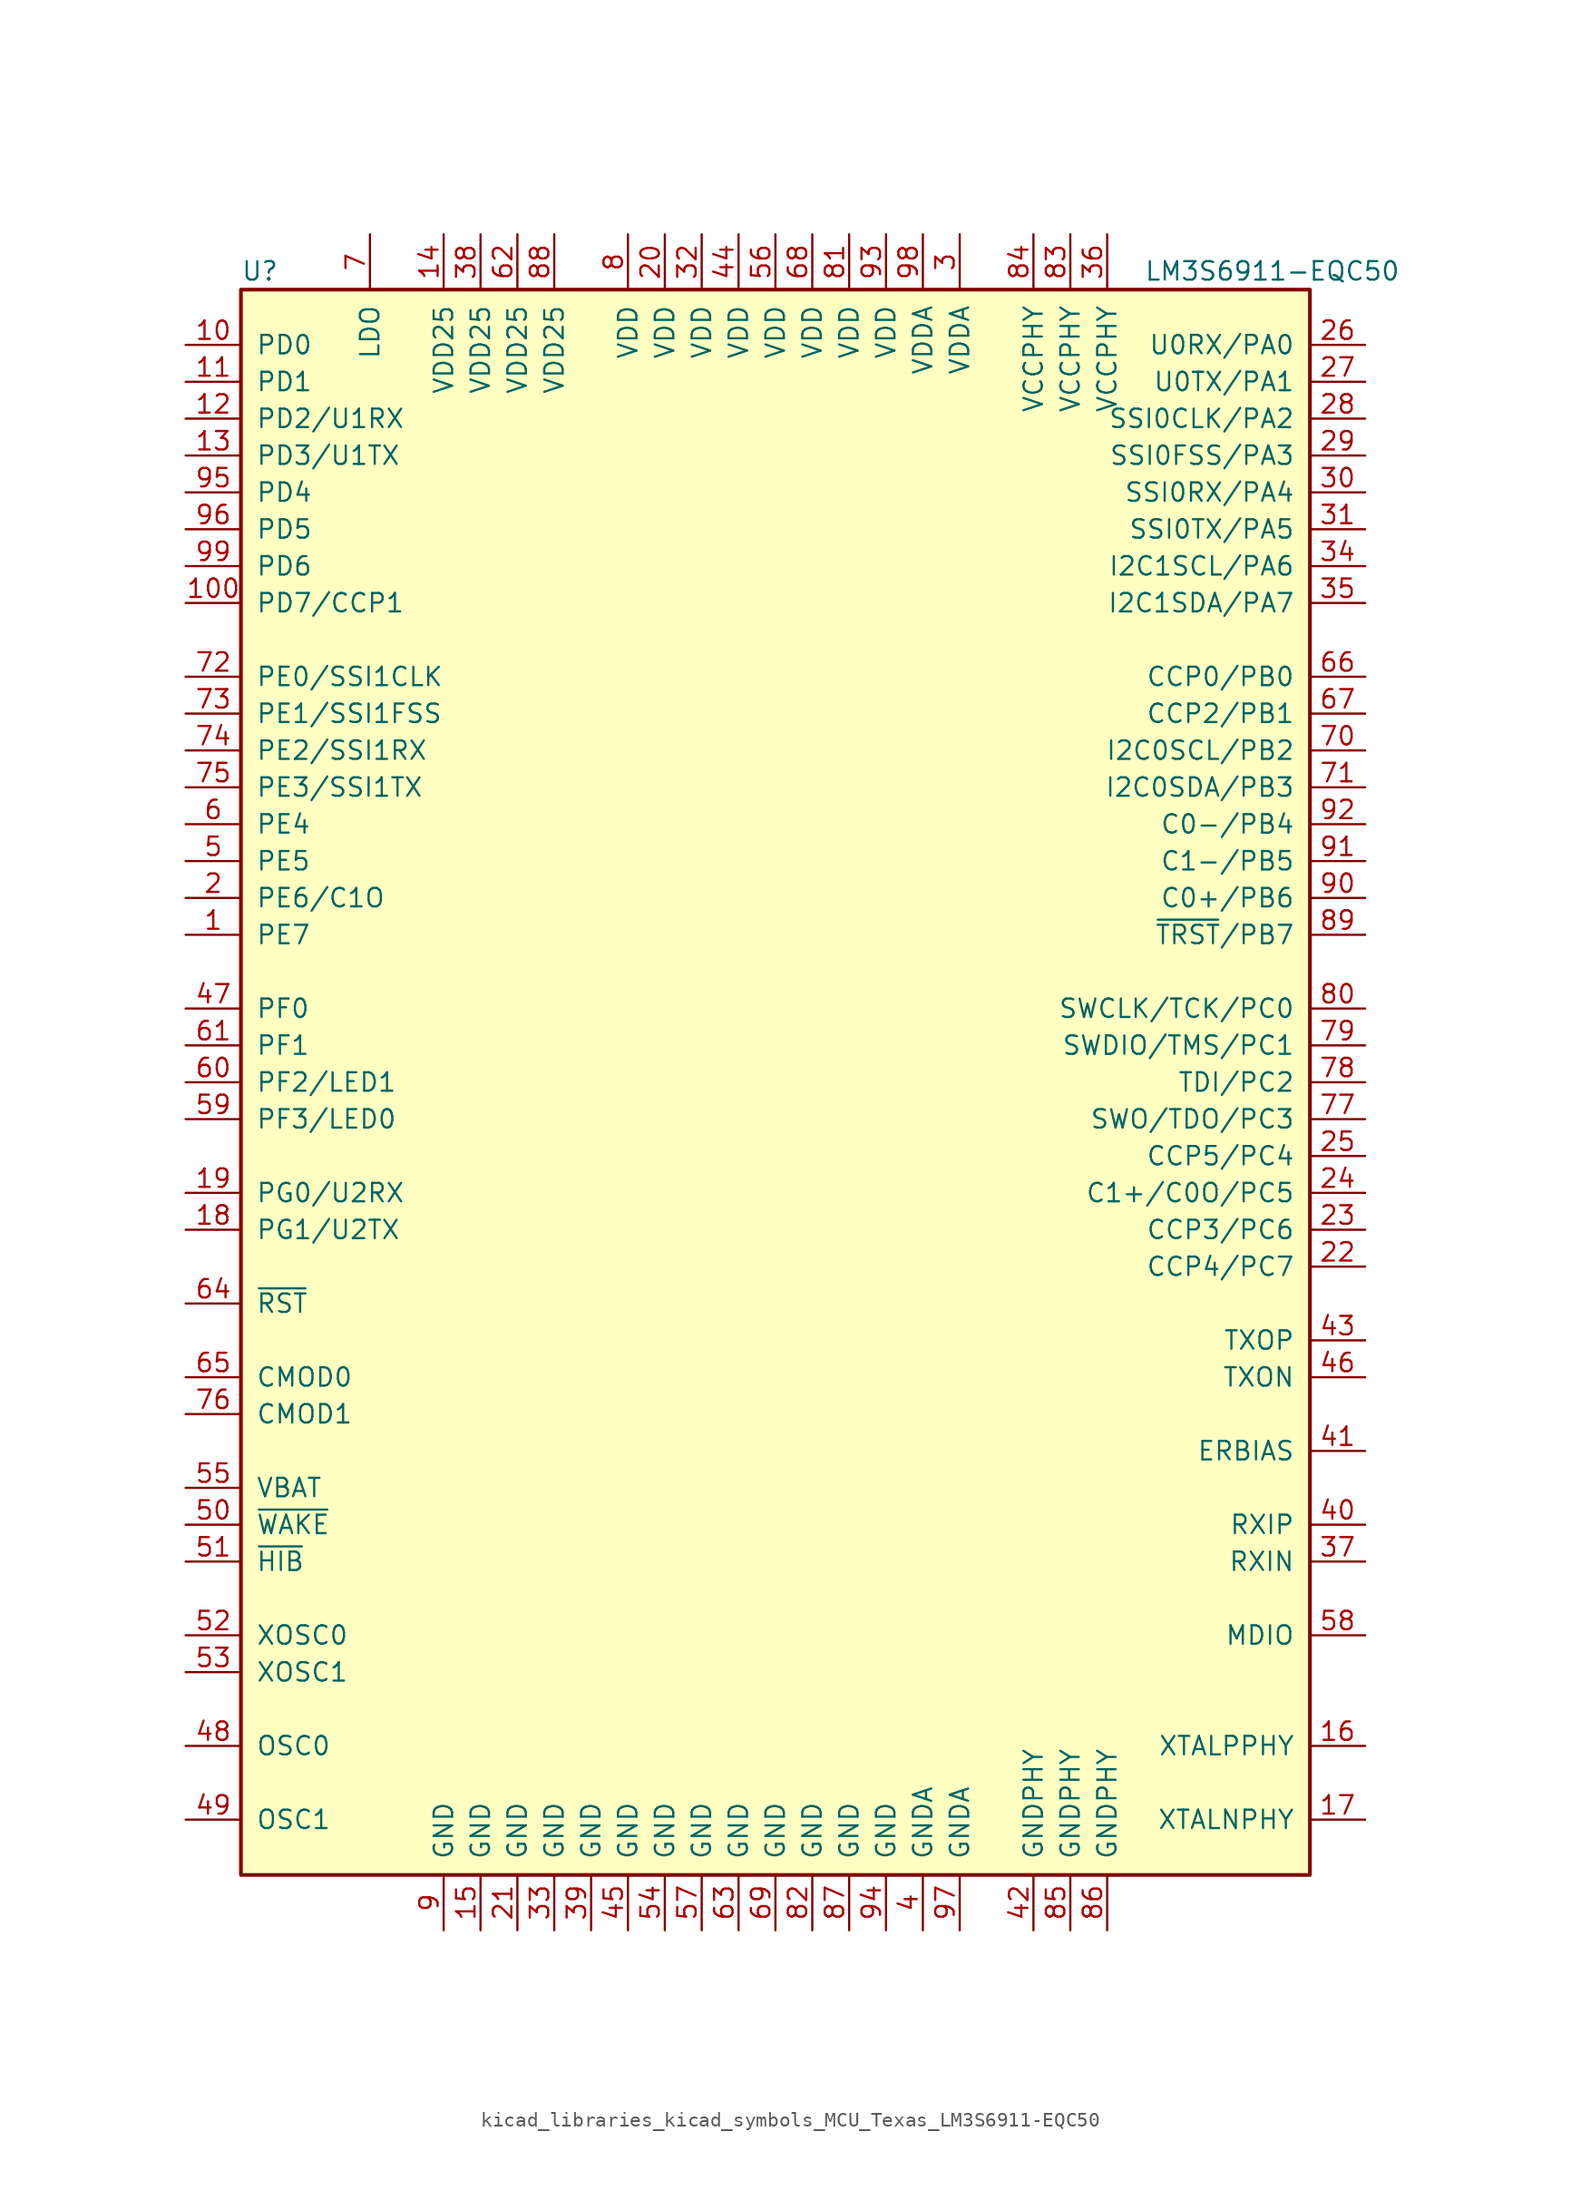
<source format=kicad_sym>
(kicad_symbol_lib
  (version 20220914)
  (generator kicad_symbol_editor)
  (symbol "kicad_libraries_kicad_symbols_MCU_Texas_LM3S6911-EQC50"
    (pin_names
      (offset 1.016))
    (property "Reference" "U"
      (at -36.83 55.88 0)
      (effects (font (size 1.27 1.27)) (justify left)))
    (property "Value" "LM3S6911-EQC50"
      (at 25.4 55.88 0)
      (effects (font (size 1.27 1.27)) (justify left)))
    (symbol "kicad_libraries_kicad_symbols_MCU_Texas_LM3S6911-EQC50_0_1"
      (rectangle (start -36.83 54.61) (end 36.83 -54.61) (stroke (width 0.254) (type default)) (fill (type background))))
    (symbol "kicad_libraries_kicad_symbols_MCU_Texas_LM3S6911-EQC50_1_1"
      (pin bidirectional line (at -40.64 10.16 0) (length 3.81) (name "PE7" (effects (font (size 1.27 1.27)))) (number "1" (effects (font (size 1.27 1.27)))))
      (pin bidirectional line (at -40.64 50.8 0) (length 3.81) (name "PD0" (effects (font (size 1.27 1.27)))) (number "10" (effects (font (size 1.27 1.27)))))
      (pin bidirectional line (at -40.64 33.02 0) (length 3.81) (name "PD7/CCP1" (effects (font (size 1.27 1.27)))) (number "100" (effects (font (size 1.27 1.27)))))
      (pin bidirectional line (at -40.64 48.26 0) (length 3.81) (name "PD1" (effects (font (size 1.27 1.27)))) (number "11" (effects (font (size 1.27 1.27)))))
      (pin bidirectional line (at -40.64 45.72 0) (length 3.81) (name "PD2/U1RX" (effects (font (size 1.27 1.27)))) (number "12" (effects (font (size 1.27 1.27)))))
      (pin bidirectional line (at -40.64 43.18 0) (length 3.81) (name "PD3/U1TX" (effects (font (size 1.27 1.27)))) (number "13" (effects (font (size 1.27 1.27)))))
      (pin power_in line (at -22.86 58.42 270) (length 3.81) (name "VDD25" (effects (font (size 1.27 1.27)))) (number "14" (effects (font (size 1.27 1.27)))))
      (pin power_in line (at -20.32 -58.42 90) (length 3.81) (name "GND" (effects (font (size 1.27 1.27)))) (number "15" (effects (font (size 1.27 1.27)))))
      (pin passive line (at 40.64 -45.72 180) (length 3.81) (name "XTALPPHY" (effects (font (size 1.27 1.27)))) (number "16" (effects (font (size 1.27 1.27)))))
      (pin passive line (at 40.64 -50.8 180) (length 3.81) (name "XTALNPHY" (effects (font (size 1.27 1.27)))) (number "17" (effects (font (size 1.27 1.27)))))
      (pin bidirectional line (at -40.64 -10.16 0) (length 3.81) (name "PG1/U2TX" (effects (font (size 1.27 1.27)))) (number "18" (effects (font (size 1.27 1.27)))))
      (pin bidirectional line (at -40.64 -7.62 0) (length 3.81) (name "PG0/U2RX" (effects (font (size 1.27 1.27)))) (number "19" (effects (font (size 1.27 1.27)))))
      (pin bidirectional line (at -40.64 12.7 0) (length 3.81) (name "PE6/C1O" (effects (font (size 1.27 1.27)))) (number "2" (effects (font (size 1.27 1.27)))))
      (pin power_in line (at -7.62 58.42 270) (length 3.81) (name "VDD" (effects (font (size 1.27 1.27)))) (number "20" (effects (font (size 1.27 1.27)))))
      (pin power_in line (at -17.78 -58.42 90) (length 3.81) (name "GND" (effects (font (size 1.27 1.27)))) (number "21" (effects (font (size 1.27 1.27)))))
      (pin bidirectional line (at 40.64 -12.7 180) (length 3.81) (name "CCP4/PC7" (effects (font (size 1.27 1.27)))) (number "22" (effects (font (size 1.27 1.27)))))
      (pin bidirectional line (at 40.64 -10.16 180) (length 3.81) (name "CCP3/PC6" (effects (font (size 1.27 1.27)))) (number "23" (effects (font (size 1.27 1.27)))))
      (pin bidirectional line (at 40.64 -7.62 180) (length 3.81) (name "C1+/C0O/PC5" (effects (font (size 1.27 1.27)))) (number "24" (effects (font (size 1.27 1.27)))))
      (pin bidirectional line (at 40.64 -5.08 180) (length 3.81) (name "CCP5/PC4" (effects (font (size 1.27 1.27)))) (number "25" (effects (font (size 1.27 1.27)))))
      (pin bidirectional line (at 40.64 50.8 180) (length 3.81) (name "U0RX/PA0" (effects (font (size 1.27 1.27)))) (number "26" (effects (font (size 1.27 1.27)))))
      (pin bidirectional line (at 40.64 48.26 180) (length 3.81) (name "U0TX/PA1" (effects (font (size 1.27 1.27)))) (number "27" (effects (font (size 1.27 1.27)))))
      (pin bidirectional line (at 40.64 45.72 180) (length 3.81) (name "SSI0CLK/PA2" (effects (font (size 1.27 1.27)))) (number "28" (effects (font (size 1.27 1.27)))))
      (pin bidirectional line (at 40.64 43.18 180) (length 3.81) (name "SSI0FSS/PA3" (effects (font (size 1.27 1.27)))) (number "29" (effects (font (size 1.27 1.27)))))
      (pin power_in line (at 12.7 58.42 270) (length 3.81) (name "VDDA" (effects (font (size 1.27 1.27)))) (number "3" (effects (font (size 1.27 1.27)))))
      (pin bidirectional line (at 40.64 40.64 180) (length 3.81) (name "SSI0RX/PA4" (effects (font (size 1.27 1.27)))) (number "30" (effects (font (size 1.27 1.27)))))
      (pin bidirectional line (at 40.64 38.1 180) (length 3.81) (name "SSI0TX/PA5" (effects (font (size 1.27 1.27)))) (number "31" (effects (font (size 1.27 1.27)))))
      (pin power_in line (at -5.08 58.42 270) (length 3.81) (name "VDD" (effects (font (size 1.27 1.27)))) (number "32" (effects (font (size 1.27 1.27)))))
      (pin power_in line (at -15.24 -58.42 90) (length 3.81) (name "GND" (effects (font (size 1.27 1.27)))) (number "33" (effects (font (size 1.27 1.27)))))
      (pin bidirectional line (at 40.64 35.56 180) (length 3.81) (name "I2C1SCL/PA6" (effects (font (size 1.27 1.27)))) (number "34" (effects (font (size 1.27 1.27)))))
      (pin bidirectional line (at 40.64 33.02 180) (length 3.81) (name "I2C1SDA/PA7" (effects (font (size 1.27 1.27)))) (number "35" (effects (font (size 1.27 1.27)))))
      (pin power_in line (at 22.86 58.42 270) (length 3.81) (name "VCCPHY" (effects (font (size 1.27 1.27)))) (number "36" (effects (font (size 1.27 1.27)))))
      (pin passive line (at 40.64 -33.02 180) (length 3.81) (name "RXIN" (effects (font (size 1.27 1.27)))) (number "37" (effects (font (size 1.27 1.27)))))
      (pin power_in line (at -20.32 58.42 270) (length 3.81) (name "VDD25" (effects (font (size 1.27 1.27)))) (number "38" (effects (font (size 1.27 1.27)))))
      (pin power_in line (at -12.7 -58.42 90) (length 3.81) (name "GND" (effects (font (size 1.27 1.27)))) (number "39" (effects (font (size 1.27 1.27)))))
      (pin power_in line (at 10.16 -58.42 90) (length 3.81) (name "GNDA" (effects (font (size 1.27 1.27)))) (number "4" (effects (font (size 1.27 1.27)))))
      (pin passive line (at 40.64 -30.48 180) (length 3.81) (name "RXIP" (effects (font (size 1.27 1.27)))) (number "40" (effects (font (size 1.27 1.27)))))
      (pin passive line (at 40.64 -25.4 180) (length 3.81) (name "ERBIAS" (effects (font (size 1.27 1.27)))) (number "41" (effects (font (size 1.27 1.27)))))
      (pin power_in line (at 17.78 -58.42 90) (length 3.81) (name "GNDPHY" (effects (font (size 1.27 1.27)))) (number "42" (effects (font (size 1.27 1.27)))))
      (pin passive line (at 40.64 -17.78 180) (length 3.81) (name "TXOP" (effects (font (size 1.27 1.27)))) (number "43" (effects (font (size 1.27 1.27)))))
      (pin power_in line (at -2.54 58.42 270) (length 3.81) (name "VDD" (effects (font (size 1.27 1.27)))) (number "44" (effects (font (size 1.27 1.27)))))
      (pin power_in line (at -10.16 -58.42 90) (length 3.81) (name "GND" (effects (font (size 1.27 1.27)))) (number "45" (effects (font (size 1.27 1.27)))))
      (pin passive line (at 40.64 -20.32 180) (length 3.81) (name "TXON" (effects (font (size 1.27 1.27)))) (number "46" (effects (font (size 1.27 1.27)))))
      (pin bidirectional line (at -40.64 5.08 0) (length 3.81) (name "PF0" (effects (font (size 1.27 1.27)))) (number "47" (effects (font (size 1.27 1.27)))))
      (pin passive line (at -40.64 -45.72 0) (length 3.81) (name "OSC0" (effects (font (size 1.27 1.27)))) (number "48" (effects (font (size 1.27 1.27)))))
      (pin passive line (at -40.64 -50.8 0) (length 3.81) (name "OSC1" (effects (font (size 1.27 1.27)))) (number "49" (effects (font (size 1.27 1.27)))))
      (pin bidirectional line (at -40.64 15.24 0) (length 3.81) (name "PE5" (effects (font (size 1.27 1.27)))) (number "5" (effects (font (size 1.27 1.27)))))
      (pin input line (at -40.64 -30.48 0) (length 3.81) (name "~{WAKE}" (effects (font (size 1.27 1.27)))) (number "50" (effects (font (size 1.27 1.27)))))
      (pin open_collector line (at -40.64 -33.02 0) (length 3.81) (name "~{HIB}" (effects (font (size 1.27 1.27)))) (number "51" (effects (font (size 1.27 1.27)))))
      (pin passive line (at -40.64 -38.1 0) (length 3.81) (name "XOSC0" (effects (font (size 1.27 1.27)))) (number "52" (effects (font (size 1.27 1.27)))))
      (pin passive line (at -40.64 -40.64 0) (length 3.81) (name "XOSC1" (effects (font (size 1.27 1.27)))) (number "53" (effects (font (size 1.27 1.27)))))
      (pin power_in line (at -7.62 -58.42 90) (length 3.81) (name "GND" (effects (font (size 1.27 1.27)))) (number "54" (effects (font (size 1.27 1.27)))))
      (pin passive line (at -40.64 -27.94 0) (length 3.81) (name "VBAT" (effects (font (size 1.27 1.27)))) (number "55" (effects (font (size 1.27 1.27)))))
      (pin power_in line (at 0 58.42 270) (length 3.81) (name "VDD" (effects (font (size 1.27 1.27)))) (number "56" (effects (font (size 1.27 1.27)))))
      (pin power_in line (at -5.08 -58.42 90) (length 3.81) (name "GND" (effects (font (size 1.27 1.27)))) (number "57" (effects (font (size 1.27 1.27)))))
      (pin input line (at 40.64 -38.1 180) (length 3.81) (name "MDIO" (effects (font (size 1.27 1.27)))) (number "58" (effects (font (size 1.27 1.27)))))
      (pin bidirectional line (at -40.64 -2.54 0) (length 3.81) (name "PF3/LED0" (effects (font (size 1.27 1.27)))) (number "59" (effects (font (size 1.27 1.27)))))
      (pin bidirectional line (at -40.64 17.78 0) (length 3.81) (name "PE4" (effects (font (size 1.27 1.27)))) (number "6" (effects (font (size 1.27 1.27)))))
      (pin bidirectional line (at -40.64 0 0) (length 3.81) (name "PF2/LED1" (effects (font (size 1.27 1.27)))) (number "60" (effects (font (size 1.27 1.27)))))
      (pin bidirectional line (at -40.64 2.54 0) (length 3.81) (name "PF1" (effects (font (size 1.27 1.27)))) (number "61" (effects (font (size 1.27 1.27)))))
      (pin power_in line (at -17.78 58.42 270) (length 3.81) (name "VDD25" (effects (font (size 1.27 1.27)))) (number "62" (effects (font (size 1.27 1.27)))))
      (pin power_in line (at -2.54 -58.42 90) (length 3.81) (name "GND" (effects (font (size 1.27 1.27)))) (number "63" (effects (font (size 1.27 1.27)))))
      (pin input line (at -40.64 -15.24 0) (length 3.81) (name "~{RST}" (effects (font (size 1.27 1.27)))) (number "64" (effects (font (size 1.27 1.27)))))
      (pin input line (at -40.64 -20.32 0) (length 3.81) (name "CMOD0" (effects (font (size 1.27 1.27)))) (number "65" (effects (font (size 1.27 1.27)))))
      (pin bidirectional line (at 40.64 27.94 180) (length 3.81) (name "CCP0/PB0" (effects (font (size 1.27 1.27)))) (number "66" (effects (font (size 1.27 1.27)))))
      (pin bidirectional line (at 40.64 25.4 180) (length 3.81) (name "CCP2/PB1" (effects (font (size 1.27 1.27)))) (number "67" (effects (font (size 1.27 1.27)))))
      (pin power_in line (at 2.54 58.42 270) (length 3.81) (name "VDD" (effects (font (size 1.27 1.27)))) (number "68" (effects (font (size 1.27 1.27)))))
      (pin power_in line (at 0 -58.42 90) (length 3.81) (name "GND" (effects (font (size 1.27 1.27)))) (number "69" (effects (font (size 1.27 1.27)))))
      (pin passive line (at -27.94 58.42 270) (length 3.81) (name "LDO" (effects (font (size 1.27 1.27)))) (number "7" (effects (font (size 1.27 1.27)))))
      (pin bidirectional line (at 40.64 22.86 180) (length 3.81) (name "I2C0SCL/PB2" (effects (font (size 1.27 1.27)))) (number "70" (effects (font (size 1.27 1.27)))))
      (pin bidirectional line (at 40.64 20.32 180) (length 3.81) (name "I2C0SDA/PB3" (effects (font (size 1.27 1.27)))) (number "71" (effects (font (size 1.27 1.27)))))
      (pin bidirectional line (at -40.64 27.94 0) (length 3.81) (name "PE0/SSI1CLK" (effects (font (size 1.27 1.27)))) (number "72" (effects (font (size 1.27 1.27)))))
      (pin bidirectional line (at -40.64 25.4 0) (length 3.81) (name "PE1/SSI1FSS" (effects (font (size 1.27 1.27)))) (number "73" (effects (font (size 1.27 1.27)))))
      (pin bidirectional line (at -40.64 22.86 0) (length 3.81) (name "PE2/SSI1RX" (effects (font (size 1.27 1.27)))) (number "74" (effects (font (size 1.27 1.27)))))
      (pin bidirectional line (at -40.64 20.32 0) (length 3.81) (name "PE3/SSI1TX" (effects (font (size 1.27 1.27)))) (number "75" (effects (font (size 1.27 1.27)))))
      (pin input line (at -40.64 -22.86 0) (length 3.81) (name "CMOD1" (effects (font (size 1.27 1.27)))) (number "76" (effects (font (size 1.27 1.27)))))
      (pin bidirectional line (at 40.64 -2.54 180) (length 3.81) (name "SWO/TDO/PC3" (effects (font (size 1.27 1.27)))) (number "77" (effects (font (size 1.27 1.27)))))
      (pin bidirectional line (at 40.64 0 180) (length 3.81) (name "TDI/PC2" (effects (font (size 1.27 1.27)))) (number "78" (effects (font (size 1.27 1.27)))))
      (pin bidirectional line (at 40.64 2.54 180) (length 3.81) (name "SWDIO/TMS/PC1" (effects (font (size 1.27 1.27)))) (number "79" (effects (font (size 1.27 1.27)))))
      (pin power_in line (at -10.16 58.42 270) (length 3.81) (name "VDD" (effects (font (size 1.27 1.27)))) (number "8" (effects (font (size 1.27 1.27)))))
      (pin bidirectional line (at 40.64 5.08 180) (length 3.81) (name "SWCLK/TCK/PC0" (effects (font (size 1.27 1.27)))) (number "80" (effects (font (size 1.27 1.27)))))
      (pin power_in line (at 5.08 58.42 270) (length 3.81) (name "VDD" (effects (font (size 1.27 1.27)))) (number "81" (effects (font (size 1.27 1.27)))))
      (pin power_in line (at 2.54 -58.42 90) (length 3.81) (name "GND" (effects (font (size 1.27 1.27)))) (number "82" (effects (font (size 1.27 1.27)))))
      (pin power_in line (at 20.32 58.42 270) (length 3.81) (name "VCCPHY" (effects (font (size 1.27 1.27)))) (number "83" (effects (font (size 1.27 1.27)))))
      (pin power_in line (at 17.78 58.42 270) (length 3.81) (name "VCCPHY" (effects (font (size 1.27 1.27)))) (number "84" (effects (font (size 1.27 1.27)))))
      (pin power_in line (at 20.32 -58.42 90) (length 3.81) (name "GNDPHY" (effects (font (size 1.27 1.27)))) (number "85" (effects (font (size 1.27 1.27)))))
      (pin power_in line (at 22.86 -58.42 90) (length 3.81) (name "GNDPHY" (effects (font (size 1.27 1.27)))) (number "86" (effects (font (size 1.27 1.27)))))
      (pin power_in line (at 5.08 -58.42 90) (length 3.81) (name "GND" (effects (font (size 1.27 1.27)))) (number "87" (effects (font (size 1.27 1.27)))))
      (pin power_in line (at -15.24 58.42 270) (length 3.81) (name "VDD25" (effects (font (size 1.27 1.27)))) (number "88" (effects (font (size 1.27 1.27)))))
      (pin bidirectional line (at 40.64 10.16 180) (length 3.81) (name "~{TRST}/PB7" (effects (font (size 1.27 1.27)))) (number "89" (effects (font (size 1.27 1.27)))))
      (pin power_in line (at -22.86 -58.42 90) (length 3.81) (name "GND" (effects (font (size 1.27 1.27)))) (number "9" (effects (font (size 1.27 1.27)))))
      (pin bidirectional line (at 40.64 12.7 180) (length 3.81) (name "C0+/PB6" (effects (font (size 1.27 1.27)))) (number "90" (effects (font (size 1.27 1.27)))))
      (pin bidirectional line (at 40.64 15.24 180) (length 3.81) (name "C1-/PB5" (effects (font (size 1.27 1.27)))) (number "91" (effects (font (size 1.27 1.27)))))
      (pin bidirectional line (at 40.64 17.78 180) (length 3.81) (name "C0-/PB4" (effects (font (size 1.27 1.27)))) (number "92" (effects (font (size 1.27 1.27)))))
      (pin power_in line (at 7.62 58.42 270) (length 3.81) (name "VDD" (effects (font (size 1.27 1.27)))) (number "93" (effects (font (size 1.27 1.27)))))
      (pin power_in line (at 7.62 -58.42 90) (length 3.81) (name "GND" (effects (font (size 1.27 1.27)))) (number "94" (effects (font (size 1.27 1.27)))))
      (pin bidirectional line (at -40.64 40.64 0) (length 3.81) (name "PD4" (effects (font (size 1.27 1.27)))) (number "95" (effects (font (size 1.27 1.27)))))
      (pin bidirectional line (at -40.64 38.1 0) (length 3.81) (name "PD5" (effects (font (size 1.27 1.27)))) (number "96" (effects (font (size 1.27 1.27)))))
      (pin power_in line (at 12.7 -58.42 90) (length 3.81) (name "GNDA" (effects (font (size 1.27 1.27)))) (number "97" (effects (font (size 1.27 1.27)))))
      (pin power_in line (at 10.16 58.42 270) (length 3.81) (name "VDDA" (effects (font (size 1.27 1.27)))) (number "98" (effects (font (size 1.27 1.27)))))
      (pin bidirectional line (at -40.64 35.56 0) (length 3.81) (name "PD6" (effects (font (size 1.27 1.27)))) (number "99" (effects (font (size 1.27 1.27))))))))
</source>
